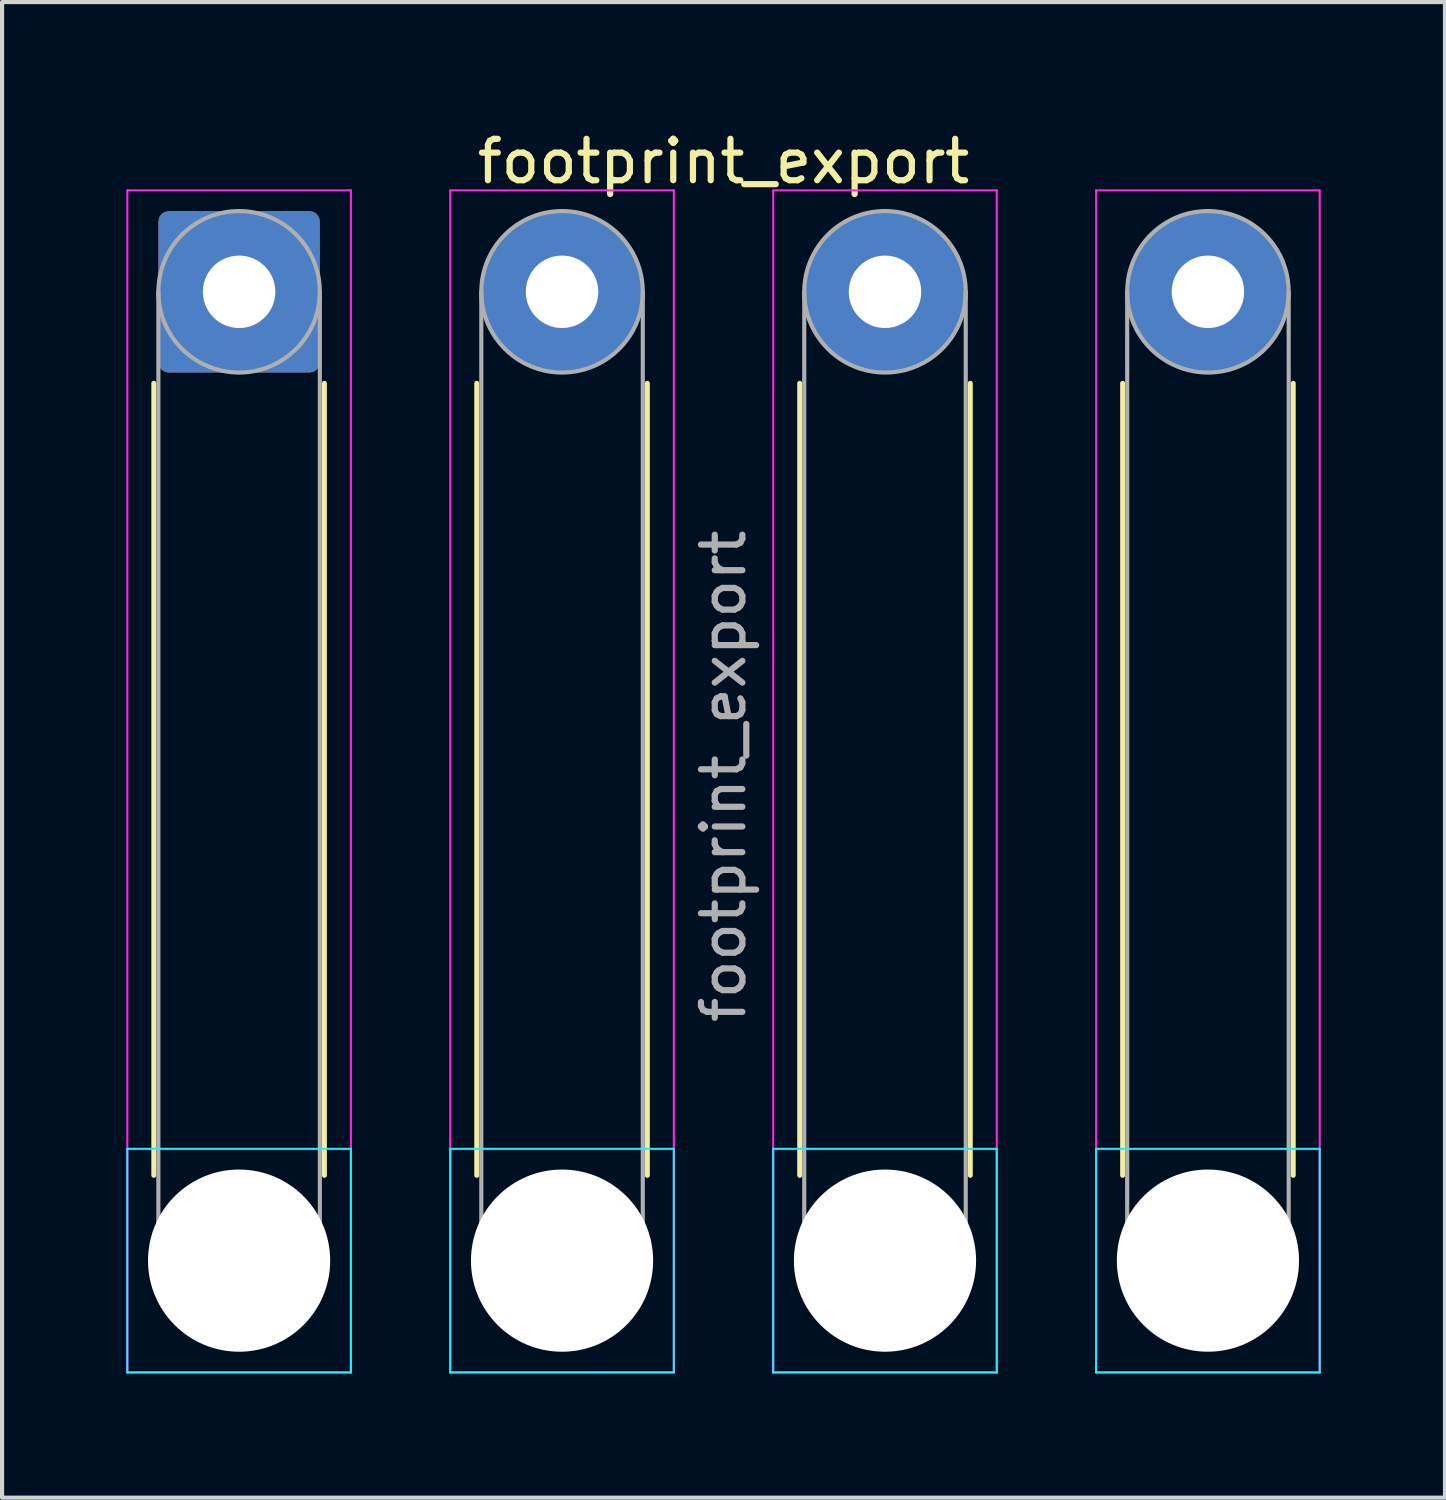
<source format=kicad_pcb>
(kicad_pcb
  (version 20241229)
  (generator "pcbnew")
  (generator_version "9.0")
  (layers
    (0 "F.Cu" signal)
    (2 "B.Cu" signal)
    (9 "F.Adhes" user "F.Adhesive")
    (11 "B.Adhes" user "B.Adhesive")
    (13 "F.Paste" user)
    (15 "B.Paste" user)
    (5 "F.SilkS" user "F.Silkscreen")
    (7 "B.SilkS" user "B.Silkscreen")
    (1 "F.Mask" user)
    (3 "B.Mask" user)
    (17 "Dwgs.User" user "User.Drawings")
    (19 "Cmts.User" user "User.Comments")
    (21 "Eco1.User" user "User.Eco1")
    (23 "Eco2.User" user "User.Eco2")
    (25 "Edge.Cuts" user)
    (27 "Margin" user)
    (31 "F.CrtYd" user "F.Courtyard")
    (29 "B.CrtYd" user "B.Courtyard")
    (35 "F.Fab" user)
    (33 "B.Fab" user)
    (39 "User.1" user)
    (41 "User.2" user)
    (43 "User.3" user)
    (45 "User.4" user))
  (footprint "footprint_export"
    (layer "F.Cu")
    (at 2.725 3.998)
    (property "Reference" "footprint_export" (at 11.7 -3.15 0) (layer "F.SilkS") (effects (font (size 1 1) (thickness 0.15))))
    (attr exclude_from_pos_files exclude_from_bom)
    (fp_line (start -2.06 2.21) (end -2.06 21.34) (stroke (width 0.12) (type solid)) (layer "F.SilkS"))
    (fp_line (start 2.06 2.21) (end 2.06 21.34) (stroke (width 0.12) (type solid)) (layer "F.SilkS"))
    (fp_line (start 5.74 2.21) (end 5.74 21.34) (stroke (width 0.12) (type solid)) (layer "F.SilkS"))
    (fp_line (start 9.86 2.21) (end 9.86 21.34) (stroke (width 0.12) (type solid)) (layer "F.SilkS"))
    (fp_line (start 13.54 2.21) (end 13.54 21.34) (stroke (width 0.12) (type solid)) (layer "F.SilkS"))
    (fp_line (start 17.66 2.21) (end 17.66 21.34) (stroke (width 0.12) (type solid)) (layer "F.SilkS"))
    (fp_line (start 21.34 2.21) (end 21.34 21.34) (stroke (width 0.12) (type solid)) (layer "F.SilkS"))
    (fp_line (start 25.46 2.21) (end 25.46 21.34) (stroke (width 0.12) (type solid)) (layer "F.SilkS"))
    (fp_line (start -2.7 20.7) (end -2.7 26.1) (stroke (width 0.05) (type solid)) (layer "B.CrtYd"))
    (fp_line (start -2.7 26.1) (end 2.7 26.1) (stroke (width 0.05) (type solid)) (layer "B.CrtYd"))
    (fp_line (start 2.7 20.7) (end -2.7 20.7) (stroke (width 0.05) (type solid)) (layer "B.CrtYd"))
    (fp_line (start 2.7 26.1) (end 2.7 20.7) (stroke (width 0.05) (type solid)) (layer "B.CrtYd"))
    (fp_line (start 5.1 20.7) (end 5.1 26.1) (stroke (width 0.05) (type solid)) (layer "B.CrtYd"))
    (fp_line (start 5.1 26.1) (end 10.5 26.1) (stroke (width 0.05) (type solid)) (layer "B.CrtYd"))
    (fp_line (start 10.5 20.7) (end 5.1 20.7) (stroke (width 0.05) (type solid)) (layer "B.CrtYd"))
    (fp_line (start 10.5 26.1) (end 10.5 20.7) (stroke (width 0.05) (type solid)) (layer "B.CrtYd"))
    (fp_line (start 12.9 20.7) (end 12.9 26.1) (stroke (width 0.05) (type solid)) (layer "B.CrtYd"))
    (fp_line (start 12.9 26.1) (end 18.3 26.1) (stroke (width 0.05) (type solid)) (layer "B.CrtYd"))
    (fp_line (start 18.3 20.7) (end 12.9 20.7) (stroke (width 0.05) (type solid)) (layer "B.CrtYd"))
    (fp_line (start 18.3 26.1) (end 18.3 20.7) (stroke (width 0.05) (type solid)) (layer "B.CrtYd"))
    (fp_line (start 20.7 20.7) (end 20.7 26.1) (stroke (width 0.05) (type solid)) (layer "B.CrtYd"))
    (fp_line (start 20.7 26.1) (end 26.1 26.1) (stroke (width 0.05) (type solid)) (layer "B.CrtYd"))
    (fp_line (start 26.1 20.7) (end 20.7 20.7) (stroke (width 0.05) (type solid)) (layer "B.CrtYd"))
    (fp_line (start 26.1 26.1) (end 26.1 20.7) (stroke (width 0.05) (type solid)) (layer "B.CrtYd"))
    (fp_line (start -2.7 -2.45) (end -2.7 26.1) (stroke (width 0.05) (type solid)) (layer "F.CrtYd"))
    (fp_line (start -2.7 26.1) (end 2.7 26.1) (stroke (width 0.05) (type solid)) (layer "F.CrtYd"))
    (fp_line (start 2.7 -2.45) (end -2.7 -2.45) (stroke (width 0.05) (type solid)) (layer "F.CrtYd"))
    (fp_line (start 2.7 26.1) (end 2.7 -2.45) (stroke (width 0.05) (type solid)) (layer "F.CrtYd"))
    (fp_line (start 5.1 -2.45) (end 5.1 26.1) (stroke (width 0.05) (type solid)) (layer "F.CrtYd"))
    (fp_line (start 5.1 26.1) (end 10.5 26.1) (stroke (width 0.05) (type solid)) (layer "F.CrtYd"))
    (fp_line (start 10.5 -2.45) (end 5.1 -2.45) (stroke (width 0.05) (type solid)) (layer "F.CrtYd"))
    (fp_line (start 10.5 26.1) (end 10.5 -2.45) (stroke (width 0.05) (type solid)) (layer "F.CrtYd"))
    (fp_line (start 12.9 -2.45) (end 12.9 26.1) (stroke (width 0.05) (type solid)) (layer "F.CrtYd"))
    (fp_line (start 12.9 26.1) (end 18.3 26.1) (stroke (width 0.05) (type solid)) (layer "F.CrtYd"))
    (fp_line (start 18.3 -2.45) (end 12.9 -2.45) (stroke (width 0.05) (type solid)) (layer "F.CrtYd"))
    (fp_line (start 18.3 26.1) (end 18.3 -2.45) (stroke (width 0.05) (type solid)) (layer "F.CrtYd"))
    (fp_line (start 20.7 -2.45) (end 20.7 26.1) (stroke (width 0.05) (type solid)) (layer "F.CrtYd"))
    (fp_line (start 20.7 26.1) (end 26.1 26.1) (stroke (width 0.05) (type solid)) (layer "F.CrtYd"))
    (fp_line (start 26.1 -2.45) (end 20.7 -2.45) (stroke (width 0.05) (type solid)) (layer "F.CrtYd"))
    (fp_line (start 26.1 26.1) (end 26.1 -2.45) (stroke (width 0.05) (type solid)) (layer "F.CrtYd"))
    (fp_line (start -1.95 0) (end -1.95 23.4) (stroke (width 0.1) (type solid)) (layer "F.Fab"))
    (fp_line (start 1.95 0) (end 1.95 23.4) (stroke (width 0.1) (type solid)) (layer "F.Fab"))
    (fp_line (start 5.85 0) (end 5.85 23.4) (stroke (width 0.1) (type solid)) (layer "F.Fab"))
    (fp_line (start 9.75 0) (end 9.75 23.4) (stroke (width 0.1) (type solid)) (layer "F.Fab"))
    (fp_line (start 13.65 0) (end 13.65 23.4) (stroke (width 0.1) (type solid)) (layer "F.Fab"))
    (fp_line (start 17.55 0) (end 17.55 23.4) (stroke (width 0.1) (type solid)) (layer "F.Fab"))
    (fp_line (start 21.45 0) (end 21.45 23.4) (stroke (width 0.1) (type solid)) (layer "F.Fab"))
    (fp_line (start 25.35 0) (end 25.35 23.4) (stroke (width 0.1) (type solid)) (layer "F.Fab"))
    (fp_circle (center 0 0) (end 1.95 0) (stroke (width 0.1) (type solid)) (fill no) (layer "F.Fab"))
    (fp_circle (center 0 23.4) (end 1.95 23.4) (stroke (width 0.1) (type solid)) (fill no) (layer "F.Fab"))
    (fp_circle (center 7.8 0) (end 9.75 0) (stroke (width 0.1) (type solid)) (fill no) (layer "F.Fab"))
    (fp_circle (center 7.8 23.4) (end 9.75 23.4) (stroke (width 0.1) (type solid)) (fill no) (layer "F.Fab"))
    (fp_circle (center 15.6 0) (end 17.55 0) (stroke (width 0.1) (type solid)) (fill no) (layer "F.Fab"))
    (fp_circle (center 15.6 23.4) (end 17.55 23.4) (stroke (width 0.1) (type solid)) (fill no) (layer "F.Fab"))
    (fp_circle (center 23.4 0) (end 25.35 0) (stroke (width 0.1) (type solid)) (fill no) (layer "F.Fab"))
    (fp_circle (center 23.4 23.4) (end 25.35 23.4) (stroke (width 0.1) (type solid)) (fill no) (layer "F.Fab"))
    (fp_text user "${REFERENCE}" (at 11.7 11.7 90) (layer "F.Fab") (effects (font (size 1 1) (thickness 0.15))))
    (pad "" np_thru_hole circle (at 0 23.4) (size 4.4 4.4) (drill 4.4) (layers "*.Cu" "*.Mask"))
    (pad "" np_thru_hole circle (at 7.8 23.4) (size 4.4 4.4) (drill 4.4) (layers "*.Cu" "*.Mask"))
    (pad "" np_thru_hole circle (at 15.6 23.4) (size 4.4 4.4) (drill 4.4) (layers "*.Cu" "*.Mask"))
    (pad "" np_thru_hole circle (at 23.4 23.4) (size 4.4 4.4) (drill 4.4) (layers "*.Cu" "*.Mask"))
    (pad "1" thru_hole roundrect (at 0 0) (size 3.9 3.9) (drill 1.75) (layers "*.Cu" "*.Mask") (roundrect_rratio 0.064))
    (pad "2" thru_hole circle (at 7.8 0) (size 3.9 3.9) (drill 1.75) (layers "*.Cu" "*.Mask"))
    (pad "3" thru_hole circle (at 15.6 0) (size 3.9 3.9) (drill 1.75) (layers "*.Cu" "*.Mask"))
    (pad "4" thru_hole circle (at 23.4 0) (size 3.9 3.9) (drill 1.75) (layers "*.Cu" "*.Mask")))
  (gr_rect
    (start -3 -3)
    (end 31.85 33.123)
    (stroke (width 0.1) (type default))
    (fill no)
    (layer "Edge.Cuts")))
</source>
